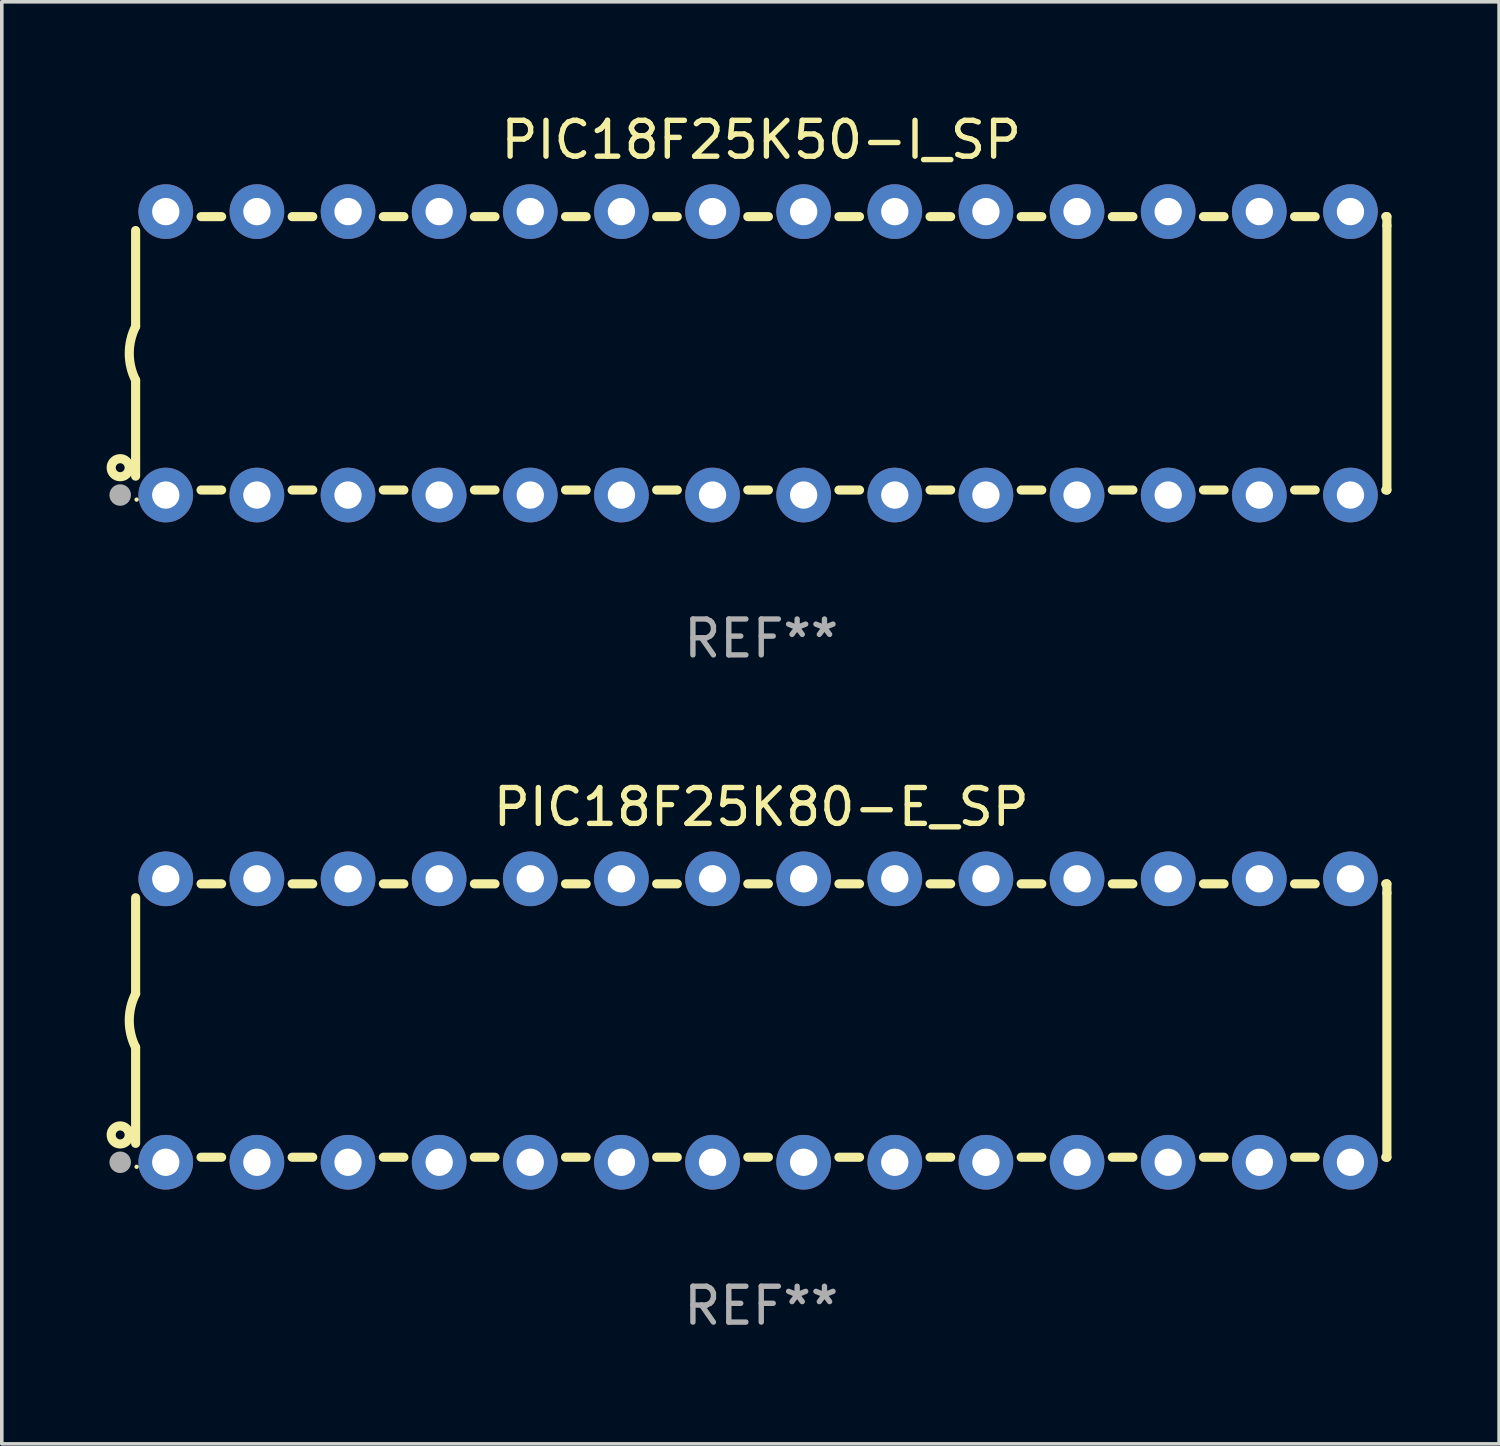
<source format=kicad_pcb>
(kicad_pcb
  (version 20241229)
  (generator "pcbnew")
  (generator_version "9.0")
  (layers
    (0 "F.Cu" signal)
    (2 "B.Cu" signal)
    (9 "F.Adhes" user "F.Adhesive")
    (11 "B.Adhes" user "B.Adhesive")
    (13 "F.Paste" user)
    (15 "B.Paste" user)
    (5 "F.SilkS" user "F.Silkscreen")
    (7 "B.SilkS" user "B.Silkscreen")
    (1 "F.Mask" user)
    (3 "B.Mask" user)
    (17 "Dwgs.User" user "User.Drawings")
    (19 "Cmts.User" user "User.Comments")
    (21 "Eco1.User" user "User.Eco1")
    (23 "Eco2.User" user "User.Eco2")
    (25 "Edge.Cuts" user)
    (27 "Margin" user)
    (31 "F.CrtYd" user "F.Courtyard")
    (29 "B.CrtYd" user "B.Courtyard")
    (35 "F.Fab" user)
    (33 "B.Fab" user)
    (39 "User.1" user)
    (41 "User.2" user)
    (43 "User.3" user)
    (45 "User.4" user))
  (footprint "PIC18F25K50-I_SP"
    (layer "F.Cu")
    (at 18.168 6.798)
    (property "Reference" "PIC18F25K50-I_SP" (at 0 -5.95 0) (layer "F.SilkS") (effects (font (size 1 1) (thickness 0.15))))
    (attr through_hole)
    (fp_line (start -17.438 0.75) (end -17.438 3.423) (stroke (width 0.254) (type solid)) (layer "F.SilkS"))
    (fp_line (start -17.438 -3.423) (end -17.438 -0.75) (stroke (width 0.254) (type solid)) (layer "F.SilkS"))
    (fp_line (start -15.615 3.81) (end -15.041 3.81) (stroke (width 0.254) (type solid)) (layer "F.SilkS"))
    (fp_line (start -15.041 -3.81) (end -15.614 -3.81) (stroke (width 0.254) (type solid)) (layer "F.SilkS"))
    (fp_line (start -13.075 3.81) (end -12.501 3.81) (stroke (width 0.254) (type solid)) (layer "F.SilkS"))
    (fp_line (start -12.501 -3.81) (end -13.074 -3.81) (stroke (width 0.254) (type solid)) (layer "F.SilkS"))
    (fp_line (start -10.535 3.81) (end -9.961 3.81) (stroke (width 0.254) (type solid)) (layer "F.SilkS"))
    (fp_line (start -9.961 -3.81) (end -10.534 -3.81) (stroke (width 0.254) (type solid)) (layer "F.SilkS"))
    (fp_line (start -7.995 3.81) (end -7.421 3.81) (stroke (width 0.254) (type solid)) (layer "F.SilkS"))
    (fp_line (start -7.421 -3.81) (end -7.995 -3.81) (stroke (width 0.254) (type solid)) (layer "F.SilkS"))
    (fp_line (start -5.455 3.81) (end -4.881 3.81) (stroke (width 0.254) (type solid)) (layer "F.SilkS"))
    (fp_line (start -4.881 -3.81) (end -5.455 -3.81) (stroke (width 0.254) (type solid)) (layer "F.SilkS"))
    (fp_line (start -2.915 3.81) (end -2.341 3.81) (stroke (width 0.254) (type solid)) (layer "F.SilkS"))
    (fp_line (start -2.341 -3.81) (end -2.915 -3.81) (stroke (width 0.254) (type solid)) (layer "F.SilkS"))
    (fp_line (start -0.375 3.81) (end 0.199 3.81) (stroke (width 0.254) (type solid)) (layer "F.SilkS"))
    (fp_line (start 0.199 -3.81) (end -0.375 -3.81) (stroke (width 0.254) (type solid)) (layer "F.SilkS"))
    (fp_line (start 2.165 3.81) (end 2.739 3.81) (stroke (width 0.254) (type solid)) (layer "F.SilkS"))
    (fp_line (start 2.739 -3.81) (end 2.165 -3.81) (stroke (width 0.254) (type solid)) (layer "F.SilkS"))
    (fp_line (start 4.705 3.81) (end 5.279 3.81) (stroke (width 0.254) (type solid)) (layer "F.SilkS"))
    (fp_line (start 5.279 -3.81) (end 4.705 -3.81) (stroke (width 0.254) (type solid)) (layer "F.SilkS"))
    (fp_line (start 7.245 3.81) (end 7.819 3.81) (stroke (width 0.254) (type solid)) (layer "F.SilkS"))
    (fp_line (start 7.819 -3.81) (end 7.245 -3.81) (stroke (width 0.254) (type solid)) (layer "F.SilkS"))
    (fp_line (start 9.785 3.81) (end 10.359 3.81) (stroke (width 0.254) (type solid)) (layer "F.SilkS"))
    (fp_line (start 10.359 -3.81) (end 9.785 -3.81) (stroke (width 0.254) (type solid)) (layer "F.SilkS"))
    (fp_line (start 12.325 3.81) (end 12.899 3.81) (stroke (width 0.254) (type solid)) (layer "F.SilkS"))
    (fp_line (start 12.899 -3.81) (end 12.325 -3.81) (stroke (width 0.254) (type solid)) (layer "F.SilkS"))
    (fp_line (start 14.865 3.81) (end 15.439 3.81) (stroke (width 0.254) (type solid)) (layer "F.SilkS"))
    (fp_line (start 15.439 -3.81) (end 14.865 -3.81) (stroke (width 0.254) (type solid)) (layer "F.SilkS"))
    (fp_line (start 17.405 3.81) (end 17.438 3.81) (stroke (width 0.254) (type solid)) (layer "F.SilkS"))
    (fp_line (start 17.438 -3.81) (end 17.405 -3.81) (stroke (width 0.254) (type solid)) (layer "F.SilkS"))
    (fp_line (start 17.438 -3.556) (end 17.438 -3.81) (stroke (width 0.254) (type solid)) (layer "F.SilkS"))
    (fp_line (start 17.438 3.81) (end 17.438 -3.556) (stroke (width 0.254) (type solid)) (layer "F.SilkS"))
    (fp_arc (start -17.437986 0.749657) (mid -17.614887 -0.000024) (end -17.437783 -0.749657) (stroke (width 0.254001) (type solid)) (layer "F.SilkS"))
    (fp_circle (center -17.868 3.188) (end -17.743 3.188) (stroke (width 0.254) (type solid)) (fill no) (layer "F.SilkS"))
    (fp_circle (center -17.411 4.077) (end -17.381 4.077) (stroke (width 0.06) (type solid)) (fill no) (layer "F.SilkS"))
    (fp_circle (center -17.868 3.95) (end -17.718 3.95) (stroke (width 0.3) (type solid)) (fill no) (layer "F.Fab"))
    (fp_text user "REF**" (at 0 7.95 0) (layer "F.Fab") (effects (font (size 1 1) (thickness 0.15))))
    (pad "1" thru_hole circle (at -16.598 3.95) (size 1.524 1.524) (drill 0.762) (layers "*.Cu" "*.Mask"))
    (pad "2" thru_hole circle (at -14.058 3.95) (size 1.524 1.524) (drill 0.762) (layers "*.Cu" "*.Mask"))
    (pad "3" thru_hole circle (at -11.518 3.95) (size 1.524 1.524) (drill 0.762) (layers "*.Cu" "*.Mask"))
    (pad "4" thru_hole circle (at -8.978 3.95) (size 1.524 1.524) (drill 0.762) (layers "*.Cu" "*.Mask"))
    (pad "5" thru_hole circle (at -6.438 3.95) (size 1.524 1.524) (drill 0.762) (layers "*.Cu" "*.Mask"))
    (pad "6" thru_hole circle (at -3.898 3.95) (size 1.524 1.524) (drill 0.762) (layers "*.Cu" "*.Mask"))
    (pad "7" thru_hole circle (at -1.358 3.95) (size 1.524 1.524) (drill 0.762) (layers "*.Cu" "*.Mask"))
    (pad "8" thru_hole circle (at 1.182 3.95) (size 1.524 1.524) (drill 0.762) (layers "*.Cu" "*.Mask"))
    (pad "9" thru_hole circle (at 3.722 3.95) (size 1.524 1.524) (drill 0.762) (layers "*.Cu" "*.Mask"))
    (pad "10" thru_hole circle (at 6.262 3.95) (size 1.524 1.524) (drill 0.762) (layers "*.Cu" "*.Mask"))
    (pad "11" thru_hole circle (at 8.802 3.95) (size 1.524 1.524) (drill 0.762) (layers "*.Cu" "*.Mask"))
    (pad "12" thru_hole circle (at 11.342 3.95) (size 1.524 1.524) (drill 0.762) (layers "*.Cu" "*.Mask"))
    (pad "13" thru_hole circle (at 13.882 3.95) (size 1.524 1.524) (drill 0.762) (layers "*.Cu" "*.Mask"))
    (pad "14" thru_hole circle (at 16.422 3.95) (size 1.524 1.524) (drill 0.762) (layers "*.Cu" "*.Mask"))
    (pad "15" thru_hole circle (at 16.422 -3.95) (size 1.524 1.524) (drill 0.762) (layers "*.Cu" "*.Mask"))
    (pad "16" thru_hole circle (at 13.882 -3.95) (size 1.524 1.524) (drill 0.762) (layers "*.Cu" "*.Mask"))
    (pad "17" thru_hole circle (at 11.342 -3.95) (size 1.524 1.524) (drill 0.762) (layers "*.Cu" "*.Mask"))
    (pad "18" thru_hole circle (at 8.802 -3.95) (size 1.524 1.524) (drill 0.762) (layers "*.Cu" "*.Mask"))
    (pad "19" thru_hole circle (at 6.262 -3.95) (size 1.524 1.524) (drill 0.762) (layers "*.Cu" "*.Mask"))
    (pad "20" thru_hole circle (at 3.722 -3.95) (size 1.524 1.524) (drill 0.762) (layers "*.Cu" "*.Mask"))
    (pad "21" thru_hole circle (at 1.182 -3.95) (size 1.524 1.524) (drill 0.762) (layers "*.Cu" "*.Mask"))
    (pad "22" thru_hole circle (at -1.358 -3.95) (size 1.524 1.524) (drill 0.762) (layers "*.Cu" "*.Mask"))
    (pad "23" thru_hole circle (at -3.898 -3.95) (size 1.524 1.524) (drill 0.762) (layers "*.Cu" "*.Mask"))
    (pad "24" thru_hole circle (at -6.438 -3.95) (size 1.524 1.524) (drill 0.762) (layers "*.Cu" "*.Mask"))
    (pad "25" thru_hole circle (at -8.978 -3.95) (size 1.524 1.524) (drill 0.762) (layers "*.Cu" "*.Mask"))
    (pad "26" thru_hole circle (at -11.517 -3.95) (size 1.524 1.524) (drill 0.762) (layers "*.Cu" "*.Mask"))
    (pad "27" thru_hole circle (at -14.057 -3.95) (size 1.524 1.524) (drill 0.762) (layers "*.Cu" "*.Mask"))
    (pad "28" thru_hole circle (at -16.597 -3.95) (size 1.524 1.524) (drill 0.762) (layers "*.Cu" "*.Mask")))
  (footprint "PIC18F25K80-E_SP"
    (layer "F.Cu")
    (at 18.168 25.395)
    (property "Reference" "PIC18F25K80-E_SP" (at 0 -5.95 0) (layer "F.SilkS") (effects (font (size 1 1) (thickness 0.15))))
    (attr through_hole)
    (fp_line (start -17.438 0.75) (end -17.438 3.423) (stroke (width 0.254) (type solid)) (layer "F.SilkS"))
    (fp_line (start -17.438 -3.423) (end -17.438 -0.75) (stroke (width 0.254) (type solid)) (layer "F.SilkS"))
    (fp_line (start -15.615 3.81) (end -15.041 3.81) (stroke (width 0.254) (type solid)) (layer "F.SilkS"))
    (fp_line (start -15.041 -3.81) (end -15.614 -3.81) (stroke (width 0.254) (type solid)) (layer "F.SilkS"))
    (fp_line (start -13.075 3.81) (end -12.501 3.81) (stroke (width 0.254) (type solid)) (layer "F.SilkS"))
    (fp_line (start -12.501 -3.81) (end -13.074 -3.81) (stroke (width 0.254) (type solid)) (layer "F.SilkS"))
    (fp_line (start -10.535 3.81) (end -9.961 3.81) (stroke (width 0.254) (type solid)) (layer "F.SilkS"))
    (fp_line (start -9.961 -3.81) (end -10.534 -3.81) (stroke (width 0.254) (type solid)) (layer "F.SilkS"))
    (fp_line (start -7.995 3.81) (end -7.421 3.81) (stroke (width 0.254) (type solid)) (layer "F.SilkS"))
    (fp_line (start -7.421 -3.81) (end -7.995 -3.81) (stroke (width 0.254) (type solid)) (layer "F.SilkS"))
    (fp_line (start -5.455 3.81) (end -4.881 3.81) (stroke (width 0.254) (type solid)) (layer "F.SilkS"))
    (fp_line (start -4.881 -3.81) (end -5.455 -3.81) (stroke (width 0.254) (type solid)) (layer "F.SilkS"))
    (fp_line (start -2.915 3.81) (end -2.341 3.81) (stroke (width 0.254) (type solid)) (layer "F.SilkS"))
    (fp_line (start -2.341 -3.81) (end -2.915 -3.81) (stroke (width 0.254) (type solid)) (layer "F.SilkS"))
    (fp_line (start -0.375 3.81) (end 0.199 3.81) (stroke (width 0.254) (type solid)) (layer "F.SilkS"))
    (fp_line (start 0.199 -3.81) (end -0.375 -3.81) (stroke (width 0.254) (type solid)) (layer "F.SilkS"))
    (fp_line (start 2.165 3.81) (end 2.739 3.81) (stroke (width 0.254) (type solid)) (layer "F.SilkS"))
    (fp_line (start 2.739 -3.81) (end 2.165 -3.81) (stroke (width 0.254) (type solid)) (layer "F.SilkS"))
    (fp_line (start 4.705 3.81) (end 5.279 3.81) (stroke (width 0.254) (type solid)) (layer "F.SilkS"))
    (fp_line (start 5.279 -3.81) (end 4.705 -3.81) (stroke (width 0.254) (type solid)) (layer "F.SilkS"))
    (fp_line (start 7.245 3.81) (end 7.819 3.81) (stroke (width 0.254) (type solid)) (layer "F.SilkS"))
    (fp_line (start 7.819 -3.81) (end 7.245 -3.81) (stroke (width 0.254) (type solid)) (layer "F.SilkS"))
    (fp_line (start 9.785 3.81) (end 10.359 3.81) (stroke (width 0.254) (type solid)) (layer "F.SilkS"))
    (fp_line (start 10.359 -3.81) (end 9.785 -3.81) (stroke (width 0.254) (type solid)) (layer "F.SilkS"))
    (fp_line (start 12.325 3.81) (end 12.899 3.81) (stroke (width 0.254) (type solid)) (layer "F.SilkS"))
    (fp_line (start 12.899 -3.81) (end 12.325 -3.81) (stroke (width 0.254) (type solid)) (layer "F.SilkS"))
    (fp_line (start 14.865 3.81) (end 15.439 3.81) (stroke (width 0.254) (type solid)) (layer "F.SilkS"))
    (fp_line (start 15.439 -3.81) (end 14.865 -3.81) (stroke (width 0.254) (type solid)) (layer "F.SilkS"))
    (fp_line (start 17.405 3.81) (end 17.438 3.81) (stroke (width 0.254) (type solid)) (layer "F.SilkS"))
    (fp_line (start 17.438 -3.81) (end 17.405 -3.81) (stroke (width 0.254) (type solid)) (layer "F.SilkS"))
    (fp_line (start 17.438 -3.556) (end 17.438 -3.81) (stroke (width 0.254) (type solid)) (layer "F.SilkS"))
    (fp_line (start 17.438 3.81) (end 17.438 -3.556) (stroke (width 0.254) (type solid)) (layer "F.SilkS"))
    (fp_arc (start -17.437986 0.749657) (mid -17.614887 -0.000024) (end -17.437783 -0.749657) (stroke (width 0.254001) (type solid)) (layer "F.SilkS"))
    (fp_circle (center -17.868 3.188) (end -17.743 3.188) (stroke (width 0.254) (type solid)) (fill no) (layer "F.SilkS"))
    (fp_circle (center -17.411 4.077) (end -17.381 4.077) (stroke (width 0.06) (type solid)) (fill no) (layer "F.SilkS"))
    (fp_circle (center -17.868 3.95) (end -17.718 3.95) (stroke (width 0.3) (type solid)) (fill no) (layer "F.Fab"))
    (fp_text user "REF**" (at 0 7.95 0) (layer "F.Fab") (effects (font (size 1 1) (thickness 0.15))))
    (pad "1" thru_hole circle (at -16.598 3.95) (size 1.524 1.524) (drill 0.762) (layers "*.Cu" "*.Mask"))
    (pad "2" thru_hole circle (at -14.058 3.95) (size 1.524 1.524) (drill 0.762) (layers "*.Cu" "*.Mask"))
    (pad "3" thru_hole circle (at -11.518 3.95) (size 1.524 1.524) (drill 0.762) (layers "*.Cu" "*.Mask"))
    (pad "4" thru_hole circle (at -8.978 3.95) (size 1.524 1.524) (drill 0.762) (layers "*.Cu" "*.Mask"))
    (pad "5" thru_hole circle (at -6.438 3.95) (size 1.524 1.524) (drill 0.762) (layers "*.Cu" "*.Mask"))
    (pad "6" thru_hole circle (at -3.898 3.95) (size 1.524 1.524) (drill 0.762) (layers "*.Cu" "*.Mask"))
    (pad "7" thru_hole circle (at -1.358 3.95) (size 1.524 1.524) (drill 0.762) (layers "*.Cu" "*.Mask"))
    (pad "8" thru_hole circle (at 1.182 3.95) (size 1.524 1.524) (drill 0.762) (layers "*.Cu" "*.Mask"))
    (pad "9" thru_hole circle (at 3.722 3.95) (size 1.524 1.524) (drill 0.762) (layers "*.Cu" "*.Mask"))
    (pad "10" thru_hole circle (at 6.262 3.95) (size 1.524 1.524) (drill 0.762) (layers "*.Cu" "*.Mask"))
    (pad "11" thru_hole circle (at 8.802 3.95) (size 1.524 1.524) (drill 0.762) (layers "*.Cu" "*.Mask"))
    (pad "12" thru_hole circle (at 11.342 3.95) (size 1.524 1.524) (drill 0.762) (layers "*.Cu" "*.Mask"))
    (pad "13" thru_hole circle (at 13.882 3.95) (size 1.524 1.524) (drill 0.762) (layers "*.Cu" "*.Mask"))
    (pad "14" thru_hole circle (at 16.422 3.95) (size 1.524 1.524) (drill 0.762) (layers "*.Cu" "*.Mask"))
    (pad "15" thru_hole circle (at 16.422 -3.95) (size 1.524 1.524) (drill 0.762) (layers "*.Cu" "*.Mask"))
    (pad "16" thru_hole circle (at 13.882 -3.95) (size 1.524 1.524) (drill 0.762) (layers "*.Cu" "*.Mask"))
    (pad "17" thru_hole circle (at 11.342 -3.95) (size 1.524 1.524) (drill 0.762) (layers "*.Cu" "*.Mask"))
    (pad "18" thru_hole circle (at 8.802 -3.95) (size 1.524 1.524) (drill 0.762) (layers "*.Cu" "*.Mask"))
    (pad "19" thru_hole circle (at 6.262 -3.95) (size 1.524 1.524) (drill 0.762) (layers "*.Cu" "*.Mask"))
    (pad "20" thru_hole circle (at 3.722 -3.95) (size 1.524 1.524) (drill 0.762) (layers "*.Cu" "*.Mask"))
    (pad "21" thru_hole circle (at 1.182 -3.95) (size 1.524 1.524) (drill 0.762) (layers "*.Cu" "*.Mask"))
    (pad "22" thru_hole circle (at -1.358 -3.95) (size 1.524 1.524) (drill 0.762) (layers "*.Cu" "*.Mask"))
    (pad "23" thru_hole circle (at -3.898 -3.95) (size 1.524 1.524) (drill 0.762) (layers "*.Cu" "*.Mask"))
    (pad "24" thru_hole circle (at -6.438 -3.95) (size 1.524 1.524) (drill 0.762) (layers "*.Cu" "*.Mask"))
    (pad "25" thru_hole circle (at -8.978 -3.95) (size 1.524 1.524) (drill 0.762) (layers "*.Cu" "*.Mask"))
    (pad "26" thru_hole circle (at -11.517 -3.95) (size 1.524 1.524) (drill 0.762) (layers "*.Cu" "*.Mask"))
    (pad "27" thru_hole circle (at -14.057 -3.95) (size 1.524 1.524) (drill 0.762) (layers "*.Cu" "*.Mask"))
    (pad "28" thru_hole circle (at -16.597 -3.95) (size 1.524 1.524) (drill 0.762) (layers "*.Cu" "*.Mask")))
  (gr_rect
    (start -3 -3)
    (end 38.733 37.193)
    (stroke (width 0.1) (type default))
    (fill no)
    (layer "Edge.Cuts")))
</source>
